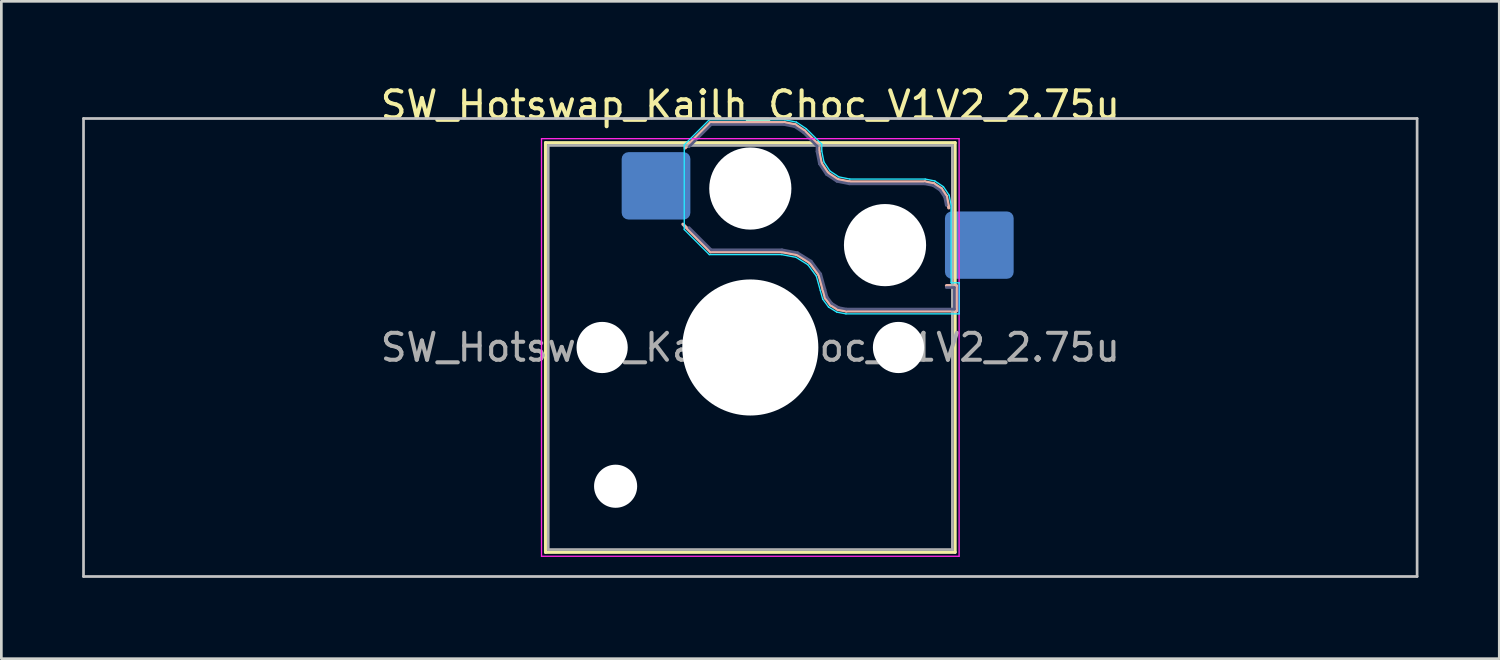
<source format=kicad_pcb>
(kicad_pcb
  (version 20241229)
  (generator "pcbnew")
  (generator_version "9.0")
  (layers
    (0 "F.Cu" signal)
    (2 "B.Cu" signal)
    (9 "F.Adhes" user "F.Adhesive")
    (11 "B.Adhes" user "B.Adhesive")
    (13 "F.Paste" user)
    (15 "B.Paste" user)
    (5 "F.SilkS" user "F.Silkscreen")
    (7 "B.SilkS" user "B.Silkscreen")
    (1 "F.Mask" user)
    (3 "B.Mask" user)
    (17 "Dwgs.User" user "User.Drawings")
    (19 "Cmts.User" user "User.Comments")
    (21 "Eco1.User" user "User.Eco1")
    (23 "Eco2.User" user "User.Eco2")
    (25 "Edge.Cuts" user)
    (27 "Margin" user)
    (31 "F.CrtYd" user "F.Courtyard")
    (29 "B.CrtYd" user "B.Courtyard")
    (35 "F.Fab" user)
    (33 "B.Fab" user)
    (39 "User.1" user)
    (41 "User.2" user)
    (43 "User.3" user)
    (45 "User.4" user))
  (footprint "SW_Hotswap_Kailh_Choc_V1V2_2.75u"
    (layer "F.Cu")
    (at 24.8 9.848)
    (property "Reference" "SW_Hotswap_Kailh_Choc_V1V2_2.75u" (at 0 -9 0) (layer "F.SilkS") (effects (font (size 1 1) (thickness 0.15))))
    (attr smd)
    (fp_line (start -7.6 -7.6) (end -7.6 7.6) (stroke (width 0.12) (type solid)) (layer "F.SilkS"))
    (fp_line (start -7.6 7.6) (end 7.6 7.6) (stroke (width 0.12) (type solid)) (layer "F.SilkS"))
    (fp_line (start 7.6 -7.6) (end -7.6 -7.6) (stroke (width 0.12) (type solid)) (layer "F.SilkS"))
    (fp_line (start 7.6 7.6) (end 7.6 -7.6) (stroke (width 0.12) (type solid)) (layer "F.SilkS"))
    (fp_line (start -2.416 -7.409) (end -1.479 -8.346) (stroke (width 0.12) (type solid)) (layer "B.SilkS"))
    (fp_line (start -1.479 -8.346) (end 1.268 -8.346) (stroke (width 0.12) (type solid)) (layer "B.SilkS"))
    (fp_line (start -1.479 -3.554) (end -2.5 -4.575) (stroke (width 0.12) (type solid)) (layer "B.SilkS"))
    (fp_line (start 1.168 -3.554) (end -1.479 -3.554) (stroke (width 0.12) (type solid)) (layer "B.SilkS"))
    (fp_line (start 1.268 -8.346) (end 1.671 -8.266) (stroke (width 0.12) (type solid)) (layer "B.SilkS"))
    (fp_line (start 1.671 -8.266) (end 2.013 -8.037) (stroke (width 0.12) (type solid)) (layer "B.SilkS"))
    (fp_line (start 1.73 -3.449) (end 1.168 -3.554) (stroke (width 0.12) (type solid)) (layer "B.SilkS"))
    (fp_line (start 2.013 -8.037) (end 2.546 -7.504) (stroke (width 0.12) (type solid)) (layer "B.SilkS"))
    (fp_line (start 2.209 -3.15) (end 1.73 -3.449) (stroke (width 0.12) (type solid)) (layer "B.SilkS"))
    (fp_line (start 2.546 -7.504) (end 2.546 -7.282) (stroke (width 0.12) (type solid)) (layer "B.SilkS"))
    (fp_line (start 2.546 -7.282) (end 2.633 -6.844) (stroke (width 0.12) (type solid)) (layer "B.SilkS"))
    (fp_line (start 2.547 -2.697) (end 2.209 -3.15) (stroke (width 0.12) (type solid)) (layer "B.SilkS"))
    (fp_line (start 2.633 -6.844) (end 2.877 -6.477) (stroke (width 0.12) (type solid)) (layer "B.SilkS"))
    (fp_line (start 2.701 -2.139) (end 2.547 -2.697) (stroke (width 0.12) (type solid)) (layer "B.SilkS"))
    (fp_line (start 2.783 -1.841) (end 2.701 -2.139) (stroke (width 0.12) (type solid)) (layer "B.SilkS"))
    (fp_line (start 2.877 -6.477) (end 3.244 -6.233) (stroke (width 0.12) (type solid)) (layer "B.SilkS"))
    (fp_line (start 2.976 -1.583) (end 2.783 -1.841) (stroke (width 0.12) (type solid)) (layer "B.SilkS"))
    (fp_line (start 3.244 -6.233) (end 3.682 -6.146) (stroke (width 0.12) (type solid)) (layer "B.SilkS"))
    (fp_line (start 3.25 -1.413) (end 2.976 -1.583) (stroke (width 0.12) (type solid)) (layer "B.SilkS"))
    (fp_line (start 3.56 -1.354) (end 3.25 -1.413) (stroke (width 0.12) (type solid)) (layer "B.SilkS"))
    (fp_line (start 3.682 -6.146) (end 6.482 -6.146) (stroke (width 0.12) (type solid)) (layer "B.SilkS"))
    (fp_line (start 6.482 -6.146) (end 6.809 -6.081) (stroke (width 0.12) (type solid)) (layer "B.SilkS"))
    (fp_line (start 6.809 -6.081) (end 7.092 -5.892) (stroke (width 0.12) (type solid)) (layer "B.SilkS"))
    (fp_line (start 7.092 -5.892) (end 7.281 -5.609) (stroke (width 0.12) (type solid)) (layer "B.SilkS"))
    (fp_line (start 7.281 -5.609) (end 7.366 -5.182) (stroke (width 0.12) (type solid)) (layer "B.SilkS"))
    (fp_line (start 7.283 -2.296) (end 7.646 -2.296) (stroke (width 0.12) (type solid)) (layer "B.SilkS"))
    (fp_line (start 7.646 -2.296) (end 7.646 -1.354) (stroke (width 0.12) (type solid)) (layer "B.SilkS"))
    (fp_line (start 7.646 -1.354) (end 3.56 -1.354) (stroke (width 0.12) (type solid)) (layer "B.SilkS"))
    (fp_line (start -24.75 -8.5) (end -24.75 8.5) (stroke (width 0.1) (type solid)) (layer "Dwgs.User"))
    (fp_line (start -24.75 8.5) (end 24.75 8.5) (stroke (width 0.1) (type solid)) (layer "Dwgs.User"))
    (fp_line (start 24.75 -8.5) (end -24.75 -8.5) (stroke (width 0.1) (type solid)) (layer "Dwgs.User"))
    (fp_line (start 24.75 8.5) (end 24.75 -8.5) (stroke (width 0.1) (type solid)) (layer "Dwgs.User"))
    (fp_line (start -7.25 -7.25) (end -7.25 7.25) (stroke (width 0.1) (type solid)) (layer "Eco1.User"))
    (fp_line (start -7.25 7.25) (end 7.25 7.25) (stroke (width 0.1) (type solid)) (layer "Eco1.User"))
    (fp_line (start 7.25 -7.25) (end -7.25 -7.25) (stroke (width 0.1) (type solid)) (layer "Eco1.User"))
    (fp_line (start 7.25 7.25) (end 7.25 -7.25) (stroke (width 0.1) (type solid)) (layer "Eco1.User"))
    (fp_line (start -2.452 -7.523) (end -1.523 -8.452) (stroke (width 0.05) (type solid)) (layer "B.CrtYd"))
    (fp_line (start -2.452 -4.377) (end -2.452 -7.523) (stroke (width 0.05) (type solid)) (layer "B.CrtYd"))
    (fp_line (start -1.523 -8.452) (end 1.278 -8.452) (stroke (width 0.05) (type solid)) (layer "B.CrtYd"))
    (fp_line (start -1.523 -3.448) (end -2.452 -4.377) (stroke (width 0.05) (type solid)) (layer "B.CrtYd"))
    (fp_line (start 1.159 -3.448) (end -1.523 -3.448) (stroke (width 0.05) (type solid)) (layer "B.CrtYd"))
    (fp_line (start 1.278 -8.452) (end 1.712 -8.366) (stroke (width 0.05) (type solid)) (layer "B.CrtYd"))
    (fp_line (start 1.691 -3.348) (end 1.159 -3.448) (stroke (width 0.05) (type solid)) (layer "B.CrtYd"))
    (fp_line (start 1.712 -8.366) (end 2.081 -8.119) (stroke (width 0.05) (type solid)) (layer "B.CrtYd"))
    (fp_line (start 2.081 -8.119) (end 2.652 -7.548) (stroke (width 0.05) (type solid)) (layer "B.CrtYd"))
    (fp_line (start 2.136 -3.071) (end 1.691 -3.348) (stroke (width 0.05) (type solid)) (layer "B.CrtYd"))
    (fp_line (start 2.45 -2.65) (end 2.136 -3.071) (stroke (width 0.05) (type solid)) (layer "B.CrtYd"))
    (fp_line (start 2.599 -2.111) (end 2.45 -2.65) (stroke (width 0.05) (type solid)) (layer "B.CrtYd"))
    (fp_line (start 2.652 -7.548) (end 2.652 -7.292) (stroke (width 0.05) (type solid)) (layer "B.CrtYd"))
    (fp_line (start 2.652 -7.292) (end 2.733 -6.885) (stroke (width 0.05) (type solid)) (layer "B.CrtYd"))
    (fp_line (start 2.687 -1.794) (end 2.599 -2.111) (stroke (width 0.05) (type solid)) (layer "B.CrtYd"))
    (fp_line (start 2.733 -6.885) (end 2.953 -6.553) (stroke (width 0.05) (type solid)) (layer "B.CrtYd"))
    (fp_line (start 2.903 -1.503) (end 2.687 -1.794) (stroke (width 0.05) (type solid)) (layer "B.CrtYd"))
    (fp_line (start 2.953 -6.553) (end 3.285 -6.333) (stroke (width 0.05) (type solid)) (layer "B.CrtYd"))
    (fp_line (start 3.211 -1.312) (end 2.903 -1.503) (stroke (width 0.05) (type solid)) (layer "B.CrtYd"))
    (fp_line (start 3.285 -6.333) (end 3.692 -6.252) (stroke (width 0.05) (type solid)) (layer "B.CrtYd"))
    (fp_line (start 3.55 -1.248) (end 3.211 -1.312) (stroke (width 0.05) (type solid)) (layer "B.CrtYd"))
    (fp_line (start 3.692 -6.252) (end 6.492 -6.252) (stroke (width 0.05) (type solid)) (layer "B.CrtYd"))
    (fp_line (start 6.492 -6.252) (end 6.85 -6.181) (stroke (width 0.05) (type solid)) (layer "B.CrtYd"))
    (fp_line (start 6.85 -6.181) (end 7.168 -5.968) (stroke (width 0.05) (type solid)) (layer "B.CrtYd"))
    (fp_line (start 7.168 -5.968) (end 7.381 -5.65) (stroke (width 0.05) (type solid)) (layer "B.CrtYd"))
    (fp_line (start 7.381 -5.65) (end 7.452 -5.292) (stroke (width 0.05) (type solid)) (layer "B.CrtYd"))
    (fp_line (start 7.452 -5.292) (end 7.452 -2.402) (stroke (width 0.05) (type solid)) (layer "B.CrtYd"))
    (fp_line (start 7.452 -2.402) (end 7.752 -2.402) (stroke (width 0.05) (type solid)) (layer "B.CrtYd"))
    (fp_line (start 7.752 -2.402) (end 7.752 -1.248) (stroke (width 0.05) (type solid)) (layer "B.CrtYd"))
    (fp_line (start 7.752 -1.248) (end 3.55 -1.248) (stroke (width 0.05) (type solid)) (layer "B.CrtYd"))
    (fp_line (start -7.75 -7.75) (end -7.75 7.75) (stroke (width 0.05) (type solid)) (layer "F.CrtYd"))
    (fp_line (start -7.75 7.75) (end 7.75 7.75) (stroke (width 0.05) (type solid)) (layer "F.CrtYd"))
    (fp_line (start 7.75 -7.75) (end -7.75 -7.75) (stroke (width 0.05) (type solid)) (layer "F.CrtYd"))
    (fp_line (start 7.75 7.75) (end 7.75 -7.75) (stroke (width 0.05) (type solid)) (layer "F.CrtYd"))
    (fp_line (start -2.275 -7.45) (end -1.45 -8.275) (stroke (width 0.1) (type solid)) (layer "B.Fab"))
    (fp_line (start -1.45 -8.275) (end 1.261 -8.275) (stroke (width 0.1) (type solid)) (layer "B.Fab"))
    (fp_line (start -1.45 -3.625) (end -2.275 -4.45) (stroke (width 0.1) (type solid)) (layer "B.Fab"))
    (fp_line (start 1.175 -3.625) (end -1.45 -3.625) (stroke (width 0.1) (type solid)) (layer "B.Fab"))
    (fp_line (start 1.261 -8.275) (end 1.643 -8.199) (stroke (width 0.1) (type solid)) (layer "B.Fab"))
    (fp_line (start 1.643 -8.199) (end 1.968 -7.982) (stroke (width 0.1) (type solid)) (layer "B.Fab"))
    (fp_line (start 1.756 -3.516) (end 1.175 -3.625) (stroke (width 0.1) (type solid)) (layer "B.Fab"))
    (fp_line (start 1.968 -7.982) (end 2.475 -7.475) (stroke (width 0.1) (type solid)) (layer "B.Fab"))
    (fp_line (start 2.258 -3.203) (end 1.756 -3.516) (stroke (width 0.1) (type solid)) (layer "B.Fab"))
    (fp_line (start 2.475 -7.475) (end 2.475 -7.275) (stroke (width 0.1) (type solid)) (layer "B.Fab"))
    (fp_line (start 2.475 -7.275) (end 2.566 -6.816) (stroke (width 0.1) (type solid)) (layer "B.Fab"))
    (fp_line (start 2.566 -6.816) (end 2.826 -6.426) (stroke (width 0.1) (type solid)) (layer "B.Fab"))
    (fp_line (start 2.612 -2.729) (end 2.258 -3.203) (stroke (width 0.1) (type solid)) (layer "B.Fab"))
    (fp_line (start 2.769 -2.158) (end 2.612 -2.729) (stroke (width 0.1) (type solid)) (layer "B.Fab"))
    (fp_line (start 2.826 -6.426) (end 3.216 -6.166) (stroke (width 0.1) (type solid)) (layer "B.Fab"))
    (fp_line (start 2.848 -1.873) (end 2.769 -2.158) (stroke (width 0.1) (type solid)) (layer "B.Fab"))
    (fp_line (start 3.025 -1.636) (end 2.848 -1.873) (stroke (width 0.1) (type solid)) (layer "B.Fab"))
    (fp_line (start 3.216 -6.166) (end 3.675 -6.075) (stroke (width 0.1) (type solid)) (layer "B.Fab"))
    (fp_line (start 3.276 -1.48) (end 3.025 -1.636) (stroke (width 0.1) (type solid)) (layer "B.Fab"))
    (fp_line (start 3.567 -1.425) (end 3.276 -1.48) (stroke (width 0.1) (type solid)) (layer "B.Fab"))
    (fp_line (start 3.675 -6.075) (end 6.475 -6.075) (stroke (width 0.1) (type solid)) (layer "B.Fab"))
    (fp_line (start 6.475 -6.075) (end 6.781 -6.014) (stroke (width 0.1) (type solid)) (layer "B.Fab"))
    (fp_line (start 6.781 -6.014) (end 7.041 -5.841) (stroke (width 0.1) (type solid)) (layer "B.Fab"))
    (fp_line (start 7.041 -5.841) (end 7.214 -5.581) (stroke (width 0.1) (type solid)) (layer "B.Fab"))
    (fp_line (start 7.214 -5.581) (end 7.275 -5.275) (stroke (width 0.1) (type solid)) (layer "B.Fab"))
    (fp_line (start 7.275 -2.225) (end 7.575 -2.225) (stroke (width 0.1) (type solid)) (layer "B.Fab"))
    (fp_line (start 7.575 -2.225) (end 7.575 -1.425) (stroke (width 0.1) (type solid)) (layer "B.Fab"))
    (fp_line (start 7.575 -1.425) (end 3.567 -1.425) (stroke (width 0.1) (type solid)) (layer "B.Fab"))
    (fp_line (start -7.5 -7.5) (end -7.5 7.5) (stroke (width 0.1) (type solid)) (layer "F.Fab"))
    (fp_line (start -7.5 7.5) (end 7.5 7.5) (stroke (width 0.1) (type solid)) (layer "F.Fab"))
    (fp_line (start 7.5 -7.5) (end -7.5 -7.5) (stroke (width 0.1) (type solid)) (layer "F.Fab"))
    (fp_line (start 7.5 7.5) (end 7.5 -7.5) (stroke (width 0.1) (type solid)) (layer "F.Fab"))
    (fp_text user "${REFERENCE}" (at 0 0 0) (layer "F.Fab") (effects (font (size 1 1) (thickness 0.15))))
    (pad "" np_thru_hole circle (at -5.5 0) (size 1.9 1.9) (drill 1.9) (layers "*.Cu" "*.Mask"))
    (pad "" np_thru_hole circle (at -5 5.15) (size 1.6 1.6) (drill 1.6) (layers "*.Cu" "*.Mask"))
    (pad "" np_thru_hole circle (at 0 -5.9) (size 3.05 3.05) (drill 3.05) (layers "*.Cu" "*.Mask"))
    (pad "" np_thru_hole circle (at 0 0) (size 5.05 5.05) (drill 5.05) (layers "*.Cu" "*.Mask"))
    (pad "" np_thru_hole circle (at 5 -3.8) (size 3.05 3.05) (drill 3.05) (layers "*.Cu" "*.Mask"))
    (pad "" np_thru_hole circle (at 5.5 0) (size 1.9 1.9) (drill 1.9) (layers "*.Cu" "*.Mask"))
    (pad "1" smd roundrect (at -3.5 -6) (size 2.55 2.5) (layers "B.Cu" "B.Mask" "B.Paste") (roundrect_rratio 0.1))
    (pad "2" smd roundrect (at 8.5 -3.8) (size 2.55 2.5) (layers "B.Cu" "B.Mask" "B.Paste") (roundrect_rratio 0.1)))
  (gr_rect
    (start -3 -3)
    (end 52.6 21.398)
    (stroke (width 0.1) (type default))
    (fill no)
    (layer "Edge.Cuts")))
</source>
